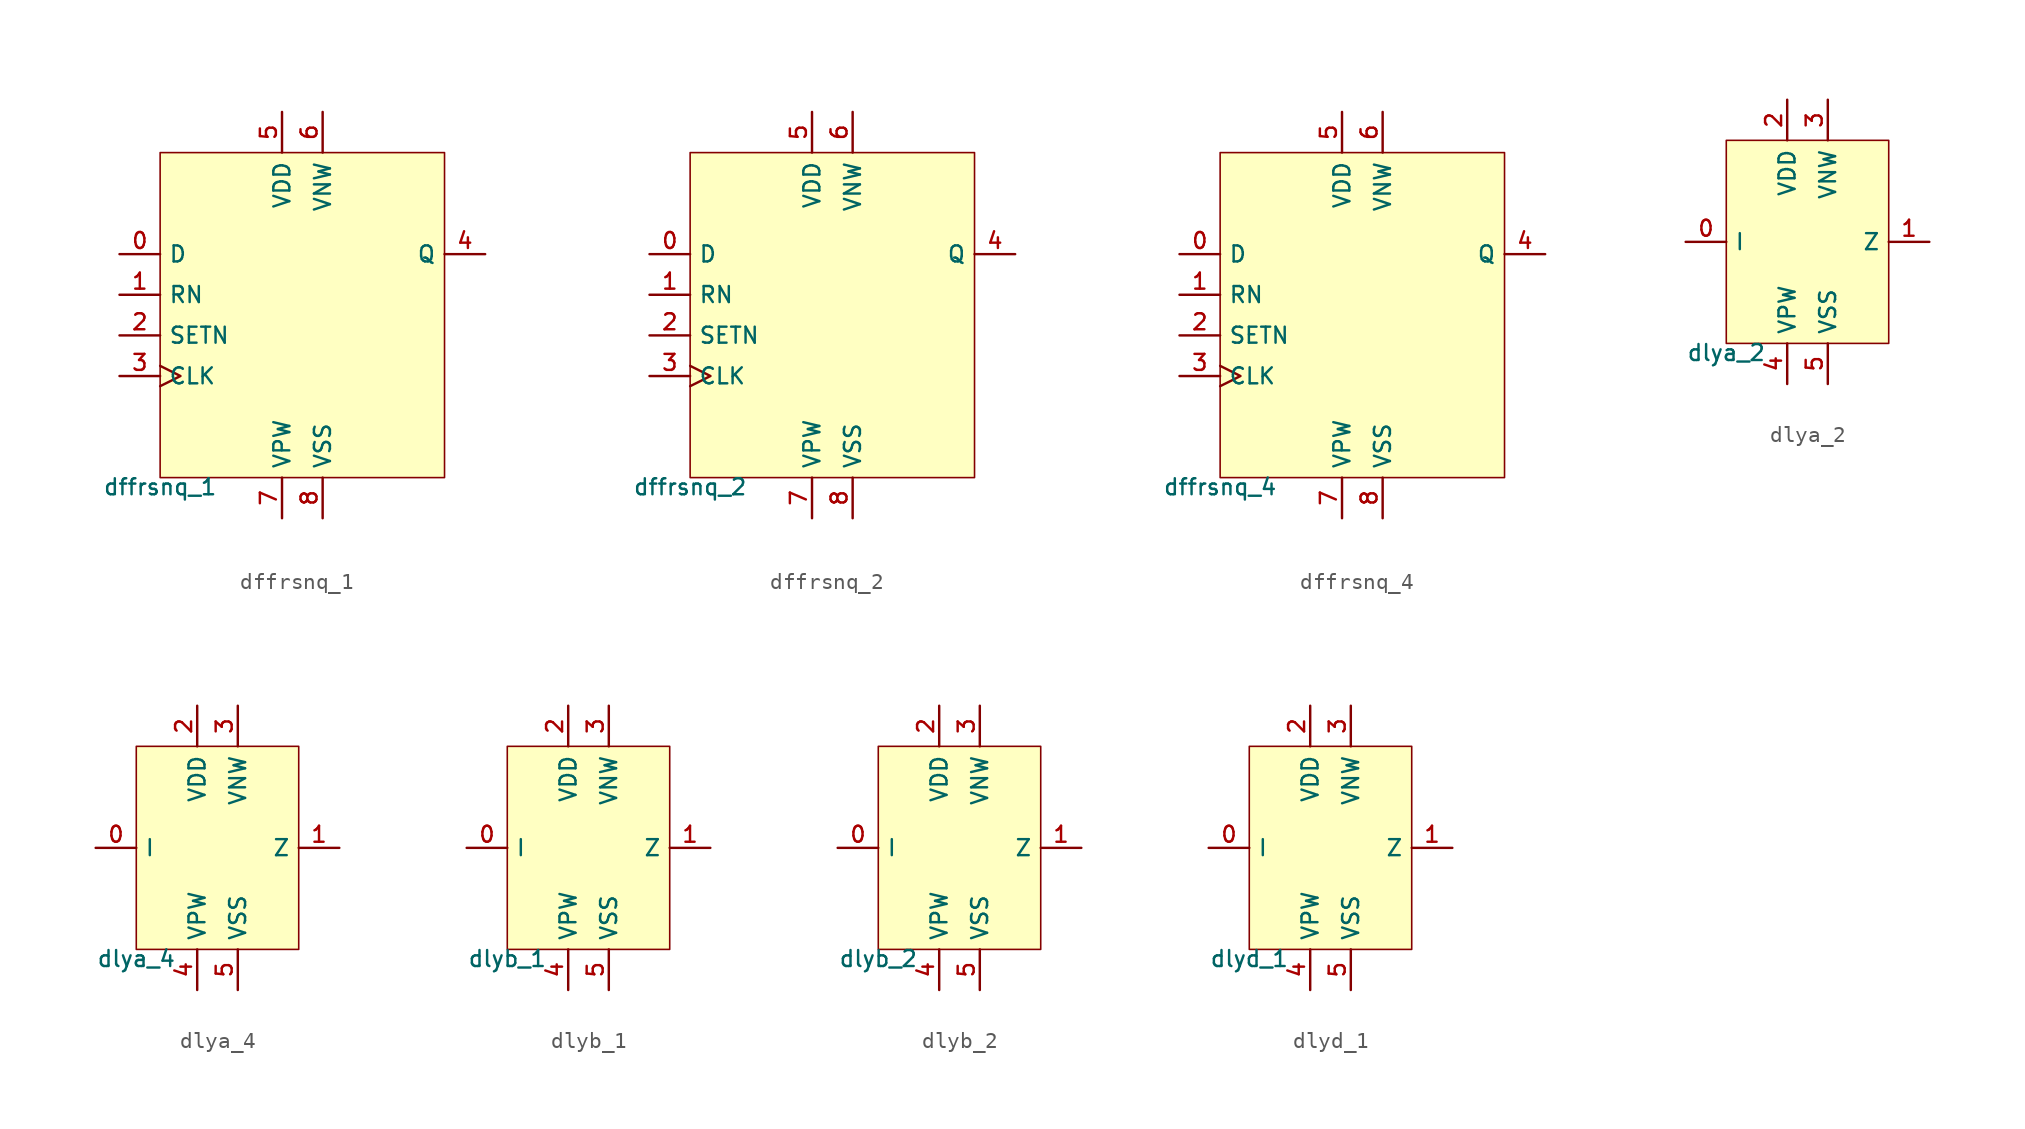
<source format=kicad_sym>
(kicad_symbol_lib
  (version 20211014)
  (generator pdk2kicad)
  (symbol "dffrsnq_1"
    (property "Reference" "X"
      (at 0 0 0)
      (effects (font (size 1 1)) hide))
    (property "Value" "dffrsnq_1"
      (at -8.89 -10.16 0)
      (effects (font (size 1 1)) (justify top)))
    (rectangle
      (start -8.89 -10.16)
      (end 8.89 10.16)
      (stroke (width 0.1) (type solid) (color 0 0 0 0))
      (fill (type background)))
    (pin input line
      (at -11.43 3.81 0)
      (length 2.54)
      (name "D" (effects (font (size 1 1)) hide))
      (number "0" (effects (font (size 1 1)) hide)))
    (pin input line
      (at -11.43 1.27 0)
      (length 2.54)
      (name "RN" (effects (font (size 1 1)) hide))
      (number "1" (effects (font (size 1 1)) hide)))
    (pin input line
      (at -11.43 -1.27 0)
      (length 2.54)
      (name "SETN" (effects (font (size 1 1)) hide))
      (number "2" (effects (font (size 1 1)) hide)))
    (pin input clock
      (at -11.43 -3.81 0)
      (length 2.54)
      (name "CLK" (effects (font (size 1 1)) hide))
      (number "3" (effects (font (size 1 1)) hide)))
    (pin output line
      (at 11.43 3.81 180)
      (length 2.54)
      (name "Q" (effects (font (size 1 1)) hide))
      (number "4" (effects (font (size 1 1)) hide)))
    (pin power_in line
      (at -1.27 12.7 270)
      (length 2.54)
      (name "VDD" (effects (font (size 1 1)) hide))
      (number "5" (effects (font (size 1 1)) hide)))
    (pin power_in line
      (at 1.27 12.7 270)
      (length 2.54)
      (name "VNW" (effects (font (size 1 1)) hide))
      (number "6" (effects (font (size 1 1)) hide)))
    (pin power_in line
      (at -1.27 -12.7 90)
      (length 2.54)
      (name "VPW" (effects (font (size 1 1)) hide))
      (number "7" (effects (font (size 1 1)) hide)))
    (pin power_in line
      (at 1.27 -12.7 90)
      (length 2.54)
      (name "VSS" (effects (font (size 1 1)) hide))
      (number "8" (effects (font (size 1 1)) hide))))
  (symbol "dffrsnq_2"
    (property "Reference" "X"
      (at 0 0 0)
      (effects (font (size 1 1)) hide))
    (property "Value" "dffrsnq_2"
      (at -8.89 -10.16 0)
      (effects (font (size 1 1)) (justify top)))
    (rectangle
      (start -8.89 -10.16)
      (end 8.89 10.16)
      (stroke (width 0.1) (type solid) (color 0 0 0 0))
      (fill (type background)))
    (pin input line
      (at -11.43 3.81 0)
      (length 2.54)
      (name "D" (effects (font (size 1 1)) hide))
      (number "0" (effects (font (size 1 1)) hide)))
    (pin input line
      (at -11.43 1.27 0)
      (length 2.54)
      (name "RN" (effects (font (size 1 1)) hide))
      (number "1" (effects (font (size 1 1)) hide)))
    (pin input line
      (at -11.43 -1.27 0)
      (length 2.54)
      (name "SETN" (effects (font (size 1 1)) hide))
      (number "2" (effects (font (size 1 1)) hide)))
    (pin input clock
      (at -11.43 -3.81 0)
      (length 2.54)
      (name "CLK" (effects (font (size 1 1)) hide))
      (number "3" (effects (font (size 1 1)) hide)))
    (pin output line
      (at 11.43 3.81 180)
      (length 2.54)
      (name "Q" (effects (font (size 1 1)) hide))
      (number "4" (effects (font (size 1 1)) hide)))
    (pin power_in line
      (at -1.27 12.7 270)
      (length 2.54)
      (name "VDD" (effects (font (size 1 1)) hide))
      (number "5" (effects (font (size 1 1)) hide)))
    (pin power_in line
      (at 1.27 12.7 270)
      (length 2.54)
      (name "VNW" (effects (font (size 1 1)) hide))
      (number "6" (effects (font (size 1 1)) hide)))
    (pin power_in line
      (at -1.27 -12.7 90)
      (length 2.54)
      (name "VPW" (effects (font (size 1 1)) hide))
      (number "7" (effects (font (size 1 1)) hide)))
    (pin power_in line
      (at 1.27 -12.7 90)
      (length 2.54)
      (name "VSS" (effects (font (size 1 1)) hide))
      (number "8" (effects (font (size 1 1)) hide))))
  (symbol "dffrsnq_4"
    (property "Reference" "X"
      (at 0 0 0)
      (effects (font (size 1 1)) hide))
    (property "Value" "dffrsnq_4"
      (at -8.89 -10.16 0)
      (effects (font (size 1 1)) (justify top)))
    (rectangle
      (start -8.89 -10.16)
      (end 8.89 10.16)
      (stroke (width 0.1) (type solid) (color 0 0 0 0))
      (fill (type background)))
    (pin input line
      (at -11.43 3.81 0)
      (length 2.54)
      (name "D" (effects (font (size 1 1)) hide))
      (number "0" (effects (font (size 1 1)) hide)))
    (pin input line
      (at -11.43 1.27 0)
      (length 2.54)
      (name "RN" (effects (font (size 1 1)) hide))
      (number "1" (effects (font (size 1 1)) hide)))
    (pin input line
      (at -11.43 -1.27 0)
      (length 2.54)
      (name "SETN" (effects (font (size 1 1)) hide))
      (number "2" (effects (font (size 1 1)) hide)))
    (pin input clock
      (at -11.43 -3.81 0)
      (length 2.54)
      (name "CLK" (effects (font (size 1 1)) hide))
      (number "3" (effects (font (size 1 1)) hide)))
    (pin output line
      (at 11.43 3.81 180)
      (length 2.54)
      (name "Q" (effects (font (size 1 1)) hide))
      (number "4" (effects (font (size 1 1)) hide)))
    (pin power_in line
      (at -1.27 12.7 270)
      (length 2.54)
      (name "VDD" (effects (font (size 1 1)) hide))
      (number "5" (effects (font (size 1 1)) hide)))
    (pin power_in line
      (at 1.27 12.7 270)
      (length 2.54)
      (name "VNW" (effects (font (size 1 1)) hide))
      (number "6" (effects (font (size 1 1)) hide)))
    (pin power_in line
      (at -1.27 -12.7 90)
      (length 2.54)
      (name "VPW" (effects (font (size 1 1)) hide))
      (number "7" (effects (font (size 1 1)) hide)))
    (pin power_in line
      (at 1.27 -12.7 90)
      (length 2.54)
      (name "VSS" (effects (font (size 1 1)) hide))
      (number "8" (effects (font (size 1 1)) hide))))
  (symbol "dlya_2"
    (property "Reference" "X"
      (at 0 0 0)
      (effects (font (size 1 1)) hide))
    (property "Value" "dlya_2"
      (at -5.08 -6.35 0)
      (effects (font (size 1 1)) (justify top)))
    (rectangle
      (start -5.08 -6.35)
      (end 5.08 6.35)
      (stroke (width 0.1) (type solid) (color 0 0 0 0))
      (fill (type background)))
    (pin input line
      (at -7.62 -4.440892098500626e-16 0)
      (length 2.54)
      (name "I" (effects (font (size 1 1)) hide))
      (number "0" (effects (font (size 1 1)) hide)))
    (pin output line
      (at 7.62 -4.440892098500626e-16 180)
      (length 2.54)
      (name "Z" (effects (font (size 1 1)) hide))
      (number "1" (effects (font (size 1 1)) hide)))
    (pin power_in line
      (at -1.27 8.89 270)
      (length 2.54)
      (name "VDD" (effects (font (size 1 1)) hide))
      (number "2" (effects (font (size 1 1)) hide)))
    (pin power_in line
      (at 1.27 8.89 270)
      (length 2.54)
      (name "VNW" (effects (font (size 1 1)) hide))
      (number "3" (effects (font (size 1 1)) hide)))
    (pin power_in line
      (at -1.27 -8.89 90)
      (length 2.54)
      (name "VPW" (effects (font (size 1 1)) hide))
      (number "4" (effects (font (size 1 1)) hide)))
    (pin power_in line
      (at 1.27 -8.89 90)
      (length 2.54)
      (name "VSS" (effects (font (size 1 1)) hide))
      (number "5" (effects (font (size 1 1)) hide))))
  (symbol "dlya_4"
    (property "Reference" "X"
      (at 0 0 0)
      (effects (font (size 1 1)) hide))
    (property "Value" "dlya_4"
      (at -5.08 -6.35 0)
      (effects (font (size 1 1)) (justify top)))
    (rectangle
      (start -5.08 -6.35)
      (end 5.08 6.35)
      (stroke (width 0.1) (type solid) (color 0 0 0 0))
      (fill (type background)))
    (pin input line
      (at -7.62 -4.440892098500626e-16 0)
      (length 2.54)
      (name "I" (effects (font (size 1 1)) hide))
      (number "0" (effects (font (size 1 1)) hide)))
    (pin output line
      (at 7.62 -4.440892098500626e-16 180)
      (length 2.54)
      (name "Z" (effects (font (size 1 1)) hide))
      (number "1" (effects (font (size 1 1)) hide)))
    (pin power_in line
      (at -1.27 8.89 270)
      (length 2.54)
      (name "VDD" (effects (font (size 1 1)) hide))
      (number "2" (effects (font (size 1 1)) hide)))
    (pin power_in line
      (at 1.27 8.89 270)
      (length 2.54)
      (name "VNW" (effects (font (size 1 1)) hide))
      (number "3" (effects (font (size 1 1)) hide)))
    (pin power_in line
      (at -1.27 -8.89 90)
      (length 2.54)
      (name "VPW" (effects (font (size 1 1)) hide))
      (number "4" (effects (font (size 1 1)) hide)))
    (pin power_in line
      (at 1.27 -8.89 90)
      (length 2.54)
      (name "VSS" (effects (font (size 1 1)) hide))
      (number "5" (effects (font (size 1 1)) hide))))
  (symbol "dlyb_1"
    (property "Reference" "X"
      (at 0 0 0)
      (effects (font (size 1 1)) hide))
    (property "Value" "dlyb_1"
      (at -5.08 -6.35 0)
      (effects (font (size 1 1)) (justify top)))
    (rectangle
      (start -5.08 -6.35)
      (end 5.08 6.35)
      (stroke (width 0.1) (type solid) (color 0 0 0 0))
      (fill (type background)))
    (pin input line
      (at -7.62 -4.440892098500626e-16 0)
      (length 2.54)
      (name "I" (effects (font (size 1 1)) hide))
      (number "0" (effects (font (size 1 1)) hide)))
    (pin output line
      (at 7.62 -4.440892098500626e-16 180)
      (length 2.54)
      (name "Z" (effects (font (size 1 1)) hide))
      (number "1" (effects (font (size 1 1)) hide)))
    (pin power_in line
      (at -1.27 8.89 270)
      (length 2.54)
      (name "VDD" (effects (font (size 1 1)) hide))
      (number "2" (effects (font (size 1 1)) hide)))
    (pin power_in line
      (at 1.27 8.89 270)
      (length 2.54)
      (name "VNW" (effects (font (size 1 1)) hide))
      (number "3" (effects (font (size 1 1)) hide)))
    (pin power_in line
      (at -1.27 -8.89 90)
      (length 2.54)
      (name "VPW" (effects (font (size 1 1)) hide))
      (number "4" (effects (font (size 1 1)) hide)))
    (pin power_in line
      (at 1.27 -8.89 90)
      (length 2.54)
      (name "VSS" (effects (font (size 1 1)) hide))
      (number "5" (effects (font (size 1 1)) hide))))
  (symbol "dlyb_2"
    (property "Reference" "X"
      (at 0 0 0)
      (effects (font (size 1 1)) hide))
    (property "Value" "dlyb_2"
      (at -5.08 -6.35 0)
      (effects (font (size 1 1)) (justify top)))
    (rectangle
      (start -5.08 -6.35)
      (end 5.08 6.35)
      (stroke (width 0.1) (type solid) (color 0 0 0 0))
      (fill (type background)))
    (pin input line
      (at -7.62 -4.440892098500626e-16 0)
      (length 2.54)
      (name "I" (effects (font (size 1 1)) hide))
      (number "0" (effects (font (size 1 1)) hide)))
    (pin output line
      (at 7.62 -4.440892098500626e-16 180)
      (length 2.54)
      (name "Z" (effects (font (size 1 1)) hide))
      (number "1" (effects (font (size 1 1)) hide)))
    (pin power_in line
      (at -1.27 8.89 270)
      (length 2.54)
      (name "VDD" (effects (font (size 1 1)) hide))
      (number "2" (effects (font (size 1 1)) hide)))
    (pin power_in line
      (at 1.27 8.89 270)
      (length 2.54)
      (name "VNW" (effects (font (size 1 1)) hide))
      (number "3" (effects (font (size 1 1)) hide)))
    (pin power_in line
      (at -1.27 -8.89 90)
      (length 2.54)
      (name "VPW" (effects (font (size 1 1)) hide))
      (number "4" (effects (font (size 1 1)) hide)))
    (pin power_in line
      (at 1.27 -8.89 90)
      (length 2.54)
      (name "VSS" (effects (font (size 1 1)) hide))
      (number "5" (effects (font (size 1 1)) hide))))
  (symbol "dlyd_1"
    (property "Reference" "X"
      (at 0 0 0)
      (effects (font (size 1 1)) hide))
    (property "Value" "dlyd_1"
      (at -5.08 -6.35 0)
      (effects (font (size 1 1)) (justify top)))
    (rectangle
      (start -5.08 -6.35)
      (end 5.08 6.35)
      (stroke (width 0.1) (type solid) (color 0 0 0 0))
      (fill (type background)))
    (pin input line
      (at -7.62 -4.440892098500626e-16 0)
      (length 2.54)
      (name "I" (effects (font (size 1 1)) hide))
      (number "0" (effects (font (size 1 1)) hide)))
    (pin output line
      (at 7.62 -4.440892098500626e-16 180)
      (length 2.54)
      (name "Z" (effects (font (size 1 1)) hide))
      (number "1" (effects (font (size 1 1)) hide)))
    (pin power_in line
      (at -1.27 8.89 270)
      (length 2.54)
      (name "VDD" (effects (font (size 1 1)) hide))
      (number "2" (effects (font (size 1 1)) hide)))
    (pin power_in line
      (at 1.27 8.89 270)
      (length 2.54)
      (name "VNW" (effects (font (size 1 1)) hide))
      (number "3" (effects (font (size 1 1)) hide)))
    (pin power_in line
      (at -1.27 -8.89 90)
      (length 2.54)
      (name "VPW" (effects (font (size 1 1)) hide))
      (number "4" (effects (font (size 1 1)) hide)))
    (pin power_in line
      (at 1.27 -8.89 90)
      (length 2.54)
      (name "VSS" (effects (font (size 1 1)) hide))
      (number "5" (effects (font (size 1 1)) hide)))))
</source>
